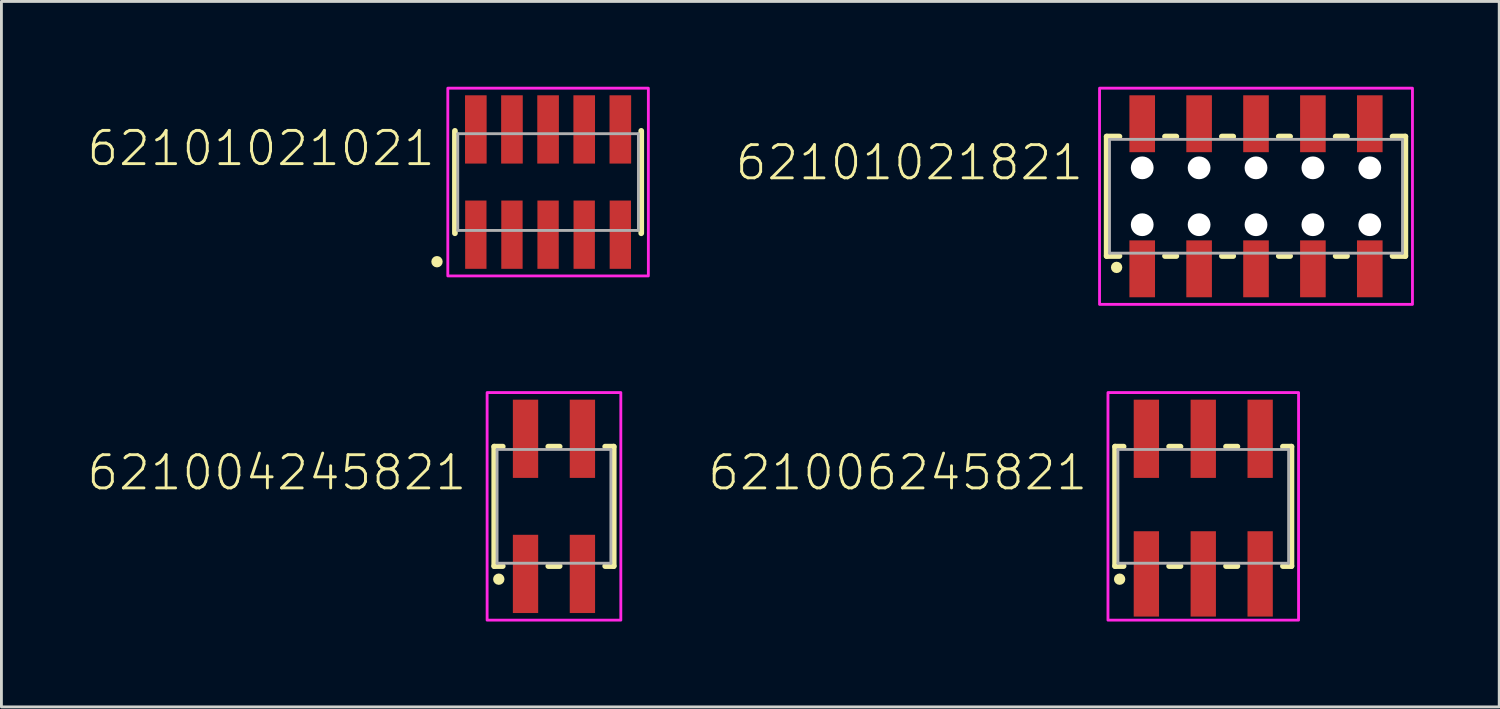
<source format=kicad_pcb>
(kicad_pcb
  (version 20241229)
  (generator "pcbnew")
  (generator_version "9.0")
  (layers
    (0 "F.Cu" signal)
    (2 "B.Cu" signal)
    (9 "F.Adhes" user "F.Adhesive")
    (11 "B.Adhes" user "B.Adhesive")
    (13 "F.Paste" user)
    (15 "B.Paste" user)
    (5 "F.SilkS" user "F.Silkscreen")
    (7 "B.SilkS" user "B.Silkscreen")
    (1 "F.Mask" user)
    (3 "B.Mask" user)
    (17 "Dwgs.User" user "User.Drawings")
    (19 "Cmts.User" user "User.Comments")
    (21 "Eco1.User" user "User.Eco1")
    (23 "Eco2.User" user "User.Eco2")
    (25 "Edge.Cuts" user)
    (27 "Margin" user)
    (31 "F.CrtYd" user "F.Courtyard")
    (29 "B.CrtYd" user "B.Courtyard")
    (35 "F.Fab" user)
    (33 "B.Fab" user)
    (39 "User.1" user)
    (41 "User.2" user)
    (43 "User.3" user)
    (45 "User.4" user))
  (footprint "62101021021"
    (layer "F.Cu")
    (at 16.217 3.35)
    (property "Reference" "62101021021" (at -3.905 -0.5 0) (unlocked yes) (layer "F.SilkS") (effects (font (size 1.168 1.168) (thickness 0.102)) (justify right bottom)))
    (fp_line (start -3.275 -1.8) (end -3.275 1.8) (stroke (width 0.2) (type solid)) (layer "F.SilkS"))
    (fp_line (start 3.275 1.8) (end 3.275 -1.8) (stroke (width 0.2) (type solid)) (layer "F.SilkS"))
    (fp_circle (center -3.905 2.8) (end -3.805 2.8) (stroke (width 0.2) (type solid)) (fill no) (layer "F.SilkS"))
    (fp_poly (pts (xy 3.525 3.3) (xy -3.525 3.3) (xy -3.525 -3.3) (xy 3.525 -3.3)) (stroke (width 0.1) (type default)) (fill no) (layer "F.CrtYd"))
    (fp_line (start -3.175 -1.7) (end -3.175 1.7) (stroke (width 0.1) (type solid)) (layer "F.Fab"))
    (fp_line (start -3.175 1.7) (end 3.175 1.7) (stroke (width 0.1) (type solid)) (layer "F.Fab"))
    (fp_line (start 3.175 -1.7) (end -3.175 -1.7) (stroke (width 0.1) (type solid)) (layer "F.Fab"))
    (fp_line (start 3.175 1.7) (end 3.175 -1.7) (stroke (width 0.1) (type solid)) (layer "F.Fab"))
    (pad "1" smd rect (at -2.54 1.85) (size 0.75 2.4) (layers "F.Cu" "F.Mask" "F.Paste"))
    (pad "2" smd rect (at -2.54 -1.85) (size 0.76 2.4) (layers "F.Cu" "F.Mask" "F.Paste"))
    (pad "3" smd rect (at -1.27 1.85) (size 0.75 2.4) (layers "F.Cu" "F.Mask" "F.Paste"))
    (pad "4" smd rect (at -1.27 -1.85) (size 0.76 2.4) (layers "F.Cu" "F.Mask" "F.Paste"))
    (pad "5" smd rect (at 0 1.85) (size 0.75 2.4) (layers "F.Cu" "F.Mask" "F.Paste"))
    (pad "6" smd rect (at 0 -1.85) (size 0.76 2.4) (layers "F.Cu" "F.Mask" "F.Paste"))
    (pad "7" smd rect (at 1.27 1.85) (size 0.75 2.4) (layers "F.Cu" "F.Mask" "F.Paste"))
    (pad "8" smd rect (at 1.27 -1.85) (size 0.76 2.4) (layers "F.Cu" "F.Mask" "F.Paste"))
    (pad "9" smd rect (at 2.54 1.85) (size 0.75 2.4) (layers "F.Cu" "F.Mask" "F.Paste"))
    (pad "10" smd rect (at 2.54 -1.85) (size 0.76 2.4) (layers "F.Cu" "F.Mask" "F.Paste")))
  (footprint "621004245821"
    (layer "F.Cu")
    (at 16.424 14.75)
    (property "Reference" "621004245821" (at -3 -0.5 0) (unlocked yes) (layer "F.SilkS") (effects (font (size 1.168 1.168) (thickness 0.102)) (justify right bottom)))
    (fp_line (start -2.1 -2.1) (end -2.1 2.1) (stroke (width 0.2) (type solid)) (layer "F.SilkS"))
    (fp_line (start -2.1 2.1) (end -1.8 2.1) (stroke (width 0.2) (type solid)) (layer "F.SilkS"))
    (fp_line (start -1.8 -2.1) (end -2.1 -2.1) (stroke (width 0.2) (type solid)) (layer "F.SilkS"))
    (fp_line (start -0.2 -2.1) (end 0.2 -2.1) (stroke (width 0.2) (type solid)) (layer "F.SilkS"))
    (fp_line (start 0.2 2.1) (end -0.2 2.1) (stroke (width 0.2) (type solid)) (layer "F.SilkS"))
    (fp_line (start 1.8 -2.1) (end 2.1 -2.1) (stroke (width 0.2) (type solid)) (layer "F.SilkS"))
    (fp_line (start 2.1 -2.1) (end 2.1 2.1) (stroke (width 0.2) (type solid)) (layer "F.SilkS"))
    (fp_line (start 2.1 2.1) (end 1.8 2.1) (stroke (width 0.2) (type solid)) (layer "F.SilkS"))
    (fp_circle (center -1.94 2.56) (end -1.84 2.56) (stroke (width 0.2) (type solid)) (fill no) (layer "F.SilkS"))
    (fp_poly (pts (xy 2.35 4) (xy -2.35 4) (xy -2.35 -4) (xy 2.35 -4)) (stroke (width 0.1) (type default)) (fill no) (layer "F.CrtYd"))
    (fp_line (start -2 -2) (end 2 -2) (stroke (width 0.1) (type solid)) (layer "F.Fab"))
    (fp_line (start -2 2) (end -2 -2) (stroke (width 0.1) (type solid)) (layer "F.Fab"))
    (fp_line (start 2 -2) (end 2 2) (stroke (width 0.1) (type solid)) (layer "F.Fab"))
    (fp_line (start 2 2) (end -2 2) (stroke (width 0.1) (type solid)) (layer "F.Fab"))
    (pad "1" smd rect (at -1 2.375) (size 0.89 2.75) (layers "F.Cu" "F.Mask" "F.Paste"))
    (pad "2" smd rect (at -1 -2.375) (size 0.89 2.75) (layers "F.Cu" "F.Mask" "F.Paste"))
    (pad "3" smd rect (at 1 2.375) (size 0.89 2.75) (layers "F.Cu" "F.Mask" "F.Paste"))
    (pad "4" smd rect (at 1 -2.375) (size 0.89 2.75) (layers "F.Cu" "F.Mask" "F.Paste")))
  (footprint "621006245821"
    (layer "F.Cu")
    (at 39.249 14.75)
    (property "Reference" "621006245821" (at -4 -0.5 0) (unlocked yes) (layer "F.SilkS") (effects (font (size 1.168 1.168) (thickness 0.102)) (justify right bottom)))
    (fp_line (start -3.1 -2.1) (end -3.1 2.1) (stroke (width 0.2) (type solid)) (layer "F.SilkS"))
    (fp_line (start -3.1 2.1) (end -2.8 2.1) (stroke (width 0.2) (type solid)) (layer "F.SilkS"))
    (fp_line (start -2.8 -2.1) (end -3.1 -2.1) (stroke (width 0.2) (type solid)) (layer "F.SilkS"))
    (fp_line (start -1.2 -2.1) (end -0.8 -2.1) (stroke (width 0.2) (type solid)) (layer "F.SilkS"))
    (fp_line (start -0.8 2.1) (end -1.2 2.1) (stroke (width 0.2) (type solid)) (layer "F.SilkS"))
    (fp_line (start 0.8 -2.1) (end 1.2 -2.1) (stroke (width 0.2) (type solid)) (layer "F.SilkS"))
    (fp_line (start 1.2 2.1) (end 0.8 2.1) (stroke (width 0.2) (type solid)) (layer "F.SilkS"))
    (fp_line (start 2.8 -2.1) (end 3.1 -2.1) (stroke (width 0.2) (type solid)) (layer "F.SilkS"))
    (fp_line (start 3.1 -2.1) (end 3.1 2.1) (stroke (width 0.2) (type solid)) (layer "F.SilkS"))
    (fp_line (start 3.1 2.1) (end 2.8 2.1) (stroke (width 0.2) (type solid)) (layer "F.SilkS"))
    (fp_circle (center -2.94 2.56) (end -2.84 2.56) (stroke (width 0.2) (type solid)) (fill no) (layer "F.SilkS"))
    (fp_poly (pts (xy 3.35 4) (xy -3.35 4) (xy -3.35 -4) (xy 3.35 -4)) (stroke (width 0.1) (type default)) (fill no) (layer "F.CrtYd"))
    (fp_line (start -3 -2) (end 3 -2) (stroke (width 0.1) (type solid)) (layer "F.Fab"))
    (fp_line (start -3 2) (end -3 -2) (stroke (width 0.1) (type solid)) (layer "F.Fab"))
    (fp_line (start 3 -2) (end 3 2) (stroke (width 0.1) (type solid)) (layer "F.Fab"))
    (fp_line (start 3 2) (end -3 2) (stroke (width 0.1) (type solid)) (layer "F.Fab"))
    (pad "1" smd rect (at -2 2.375) (size 0.89 3) (layers "F.Cu" "F.Mask" "F.Paste"))
    (pad "2" smd rect (at -2 -2.375) (size 0.89 2.75) (layers "F.Cu" "F.Mask" "F.Paste"))
    (pad "3" smd rect (at 0 2.375) (size 0.89 3) (layers "F.Cu" "F.Mask" "F.Paste"))
    (pad "4" smd rect (at 0 -2.375) (size 0.89 2.75) (layers "F.Cu" "F.Mask" "F.Paste"))
    (pad "5" smd rect (at 2 2.375) (size 0.89 3) (layers "F.Cu" "F.Mask" "F.Paste"))
    (pad "6" smd rect (at 2 -2.375) (size 0.89 2.75) (layers "F.Cu" "F.Mask" "F.Paste")))
  (footprint "62101021821"
    (layer "F.Cu")
    (at 41.103 3.85)
    (property "Reference" "62101021821" (at -6 -0.5 0) (unlocked yes) (layer "F.SilkS") (effects (font (size 1.168 1.168) (thickness 0.102)) (justify right bottom)))
    (fp_line (start -5.25 -2.1) (end -5.25 2.1) (stroke (width 0.2) (type solid)) (layer "F.SilkS"))
    (fp_line (start -5.25 2.1) (end -4.8 2.1) (stroke (width 0.2) (type solid)) (layer "F.SilkS"))
    (fp_line (start -4.8 -2.1) (end -5.25 -2.1) (stroke (width 0.2) (type solid)) (layer "F.SilkS"))
    (fp_line (start -3.2 -2.1) (end -2.8 -2.1) (stroke (width 0.2) (type solid)) (layer "F.SilkS"))
    (fp_line (start -3.2 2.1) (end -2.8 2.1) (stroke (width 0.2) (type solid)) (layer "F.SilkS"))
    (fp_line (start -1.2 -2.1) (end -0.8 -2.1) (stroke (width 0.2) (type solid)) (layer "F.SilkS"))
    (fp_line (start -1.2 2.1) (end -0.8 2.1) (stroke (width 0.2) (type solid)) (layer "F.SilkS"))
    (fp_line (start 0.8 -2.1) (end 1.2 -2.1) (stroke (width 0.2) (type solid)) (layer "F.SilkS"))
    (fp_line (start 0.8 2.1) (end 1.2 2.1) (stroke (width 0.2) (type solid)) (layer "F.SilkS"))
    (fp_line (start 2.8 -2.1) (end 3.2 -2.1) (stroke (width 0.2) (type solid)) (layer "F.SilkS"))
    (fp_line (start 2.8 2.1) (end 3.2 2.1) (stroke (width 0.2) (type solid)) (layer "F.SilkS"))
    (fp_line (start 4.8 -2.1) (end 5.25 -2.1) (stroke (width 0.2) (type solid)) (layer "F.SilkS"))
    (fp_line (start 4.8 2.1) (end 5.25 2.1) (stroke (width 0.2) (type solid)) (layer "F.SilkS"))
    (fp_line (start 5.25 -2.1) (end 5.25 2.1) (stroke (width 0.2) (type solid)) (layer "F.SilkS"))
    (fp_circle (center -4.9 2.5) (end -4.8 2.5) (stroke (width 0.2) (type solid)) (fill no) (layer "F.SilkS"))
    (fp_poly (pts (xy 5.5 3.8) (xy -5.5 3.8) (xy -5.5 -3.8) (xy 5.5 -3.8)) (stroke (width 0.1) (type default)) (fill no) (layer "F.CrtYd"))
    (fp_line (start -5.15 -2) (end 5.15 -2) (stroke (width 0.1) (type solid)) (layer "F.Fab"))
    (fp_line (start -5.15 2) (end -5.15 -2) (stroke (width 0.1) (type solid)) (layer "F.Fab"))
    (fp_line (start 5.15 -2) (end 5.15 2) (stroke (width 0.1) (type solid)) (layer "F.Fab"))
    (fp_line (start 5.15 2) (end -5.15 2) (stroke (width 0.1) (type solid)) (layer "F.Fab"))
    (pad "" np_thru_hole circle (at -4 -1) (size 0.8 0.8) (drill 0.8) (layers "*.Cu" "*.Mask"))
    (pad "" np_thru_hole circle (at -4 1) (size 0.8 0.8) (drill 0.8) (layers "*.Cu" "*.Mask"))
    (pad "" np_thru_hole circle (at -2 -1) (size 0.8 0.8) (drill 0.8) (layers "*.Cu" "*.Mask"))
    (pad "" np_thru_hole circle (at -2 1) (size 0.8 0.8) (drill 0.8) (layers "*.Cu" "*.Mask"))
    (pad "" np_thru_hole circle (at 0 -1) (size 0.8 0.8) (drill 0.8) (layers "*.Cu" "*.Mask"))
    (pad "" np_thru_hole circle (at 0 1) (size 0.8 0.8) (drill 0.8) (layers "*.Cu" "*.Mask"))
    (pad "" np_thru_hole circle (at 2 -1) (size 0.8 0.8) (drill 0.8) (layers "*.Cu" "*.Mask"))
    (pad "" np_thru_hole circle (at 2 1) (size 0.8 0.8) (drill 0.8) (layers "*.Cu" "*.Mask"))
    (pad "" np_thru_hole circle (at 4 -1) (size 0.8 0.8) (drill 0.8) (layers "*.Cu" "*.Mask"))
    (pad "" np_thru_hole circle (at 4 1) (size 0.8 0.8) (drill 0.8) (layers "*.Cu" "*.Mask"))
    (pad "1" smd rect (at -4 2.55) (size 0.9 2) (layers "F.Cu" "F.Mask" "F.Paste"))
    (pad "2" smd rect (at -4 -2.55) (size 0.9 2) (layers "F.Cu" "F.Mask" "F.Paste"))
    (pad "3" smd rect (at -2 2.55) (size 0.9 2) (layers "F.Cu" "F.Mask" "F.Paste"))
    (pad "4" smd rect (at -2 -2.55) (size 0.9 2) (layers "F.Cu" "F.Mask" "F.Paste"))
    (pad "5" smd rect (at 0 2.55) (size 0.9 2) (layers "F.Cu" "F.Mask" "F.Paste"))
    (pad "6" smd rect (at 0 -2.55) (size 0.9 2) (layers "F.Cu" "F.Mask" "F.Paste"))
    (pad "7" smd rect (at 2 2.55) (size 0.9 2) (layers "F.Cu" "F.Mask" "F.Paste"))
    (pad "8" smd rect (at 2 -2.55) (size 0.9 2) (layers "F.Cu" "F.Mask" "F.Paste"))
    (pad "9" smd rect (at 4 2.55) (size 0.9 2) (layers "F.Cu" "F.Mask" "F.Paste"))
    (pad "10" smd rect (at 4 -2.55) (size 0.9 2) (layers "F.Cu" "F.Mask" "F.Paste")))
  (gr_rect
    (start -3 -3)
    (end 49.653 21.8)
    (stroke (width 0.1) (type default))
    (fill no)
    (layer "Edge.Cuts")))
</source>
